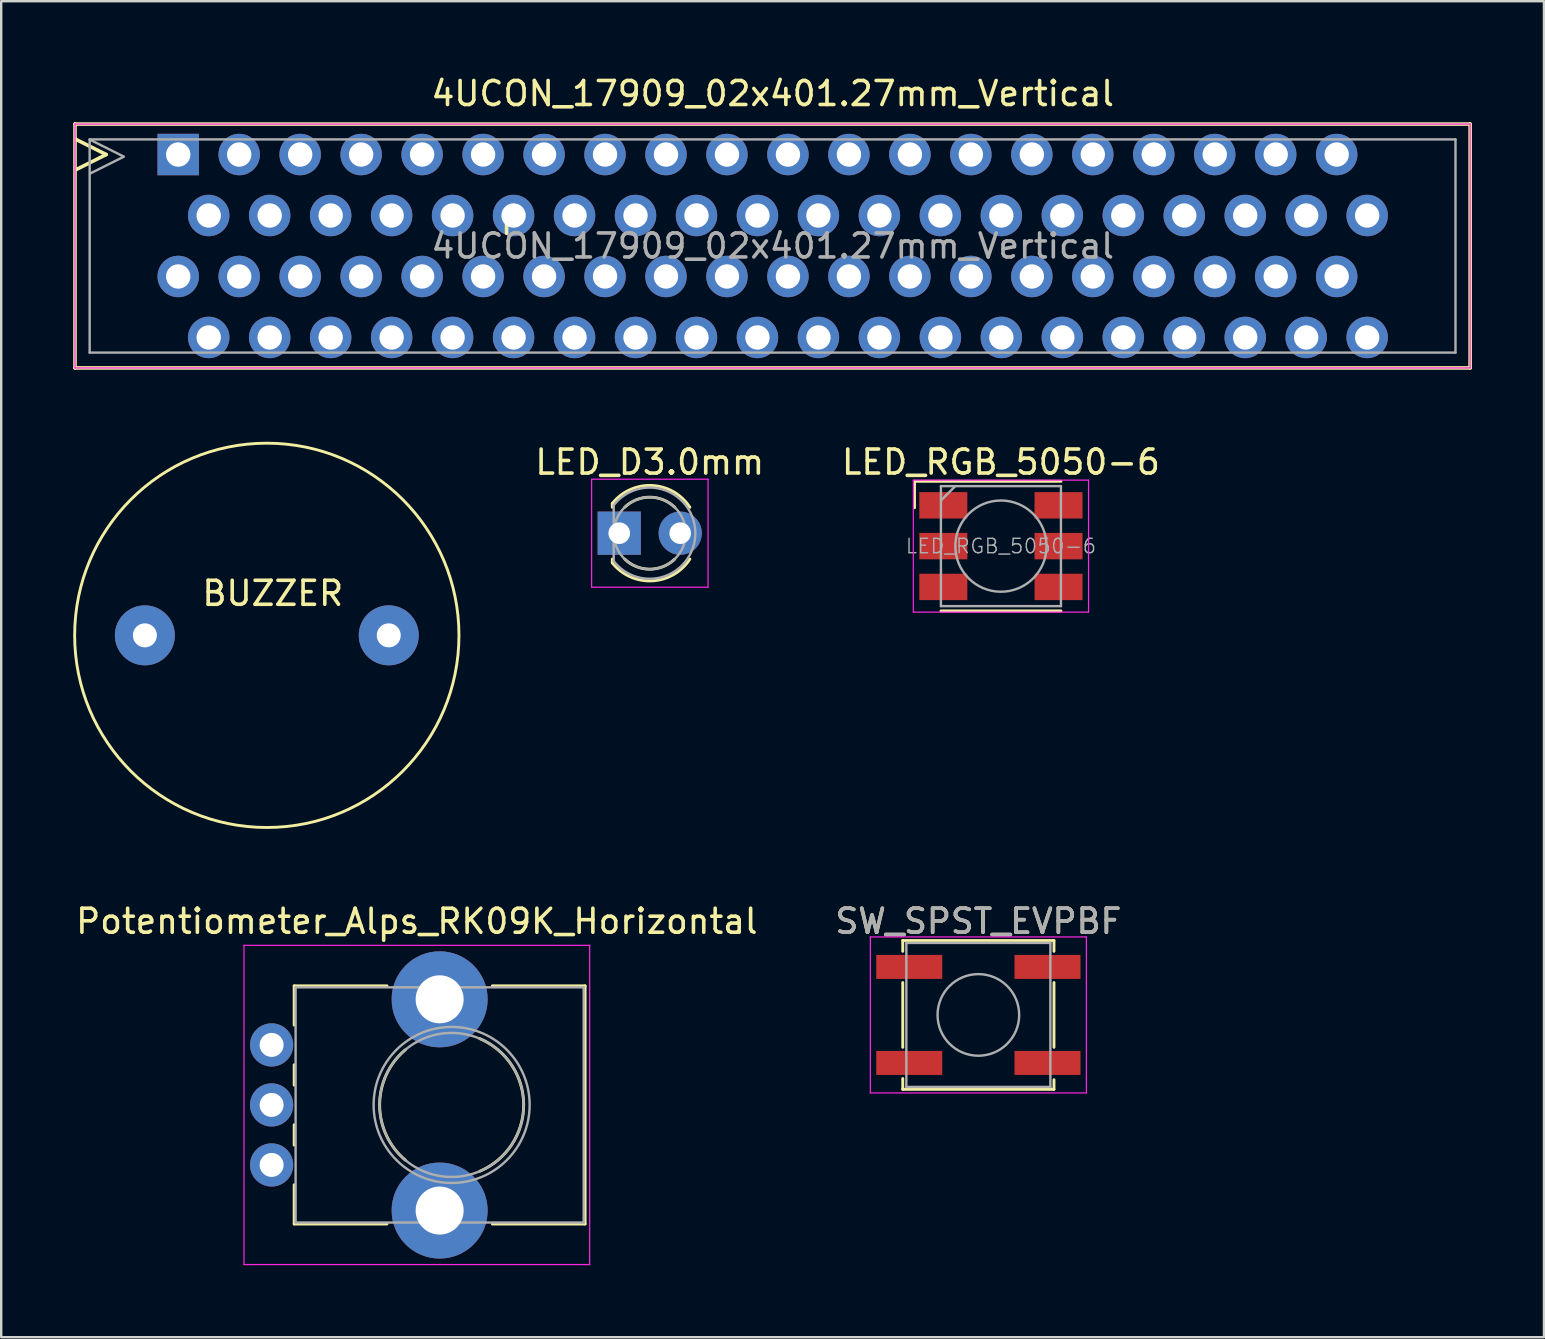
<source format=kicad_pcb>
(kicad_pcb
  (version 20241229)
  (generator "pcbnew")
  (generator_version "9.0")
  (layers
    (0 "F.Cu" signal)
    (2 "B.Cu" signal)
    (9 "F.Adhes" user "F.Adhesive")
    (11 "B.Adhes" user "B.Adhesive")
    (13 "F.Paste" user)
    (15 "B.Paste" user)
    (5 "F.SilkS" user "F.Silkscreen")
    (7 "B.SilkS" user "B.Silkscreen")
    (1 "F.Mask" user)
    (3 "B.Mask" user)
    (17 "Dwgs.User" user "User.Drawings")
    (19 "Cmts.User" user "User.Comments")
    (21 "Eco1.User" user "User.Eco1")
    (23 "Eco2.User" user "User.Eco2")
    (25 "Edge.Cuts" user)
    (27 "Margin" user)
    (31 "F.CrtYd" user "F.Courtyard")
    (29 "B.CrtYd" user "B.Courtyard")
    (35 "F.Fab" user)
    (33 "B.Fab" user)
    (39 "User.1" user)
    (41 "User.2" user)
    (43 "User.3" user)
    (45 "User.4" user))
  (footprint "BUZZER"
    (layer "F.Cu")
    (at 8.065 23.418)
    (property "Reference" "BUZZER" (at 0.249 -1.75 0) (layer "F.SilkS") (effects (font (size 1 1) (thickness 0.15))))
    (attr through_hole)
    (fp_circle (center 0 0) (end 8.001 0.249) (stroke (width 0.12) (type solid)) (fill no) (layer "F.SilkS"))
    (pad "1" thru_hole circle (at -5.08 0) (size 2.499 2.499) (drill 1.001) (layers "*.Cu" "*.Mask"))
    (pad "2" thru_hole circle (at 5.08 0) (size 2.499 2.499) (drill 1.001) (layers "*.Cu" "*.Mask")))
  (footprint "4UCON_17909_02x401.27mm_Vertical"
    (layer "F.Cu")
    (at 4.375 3.388)
    (property "Reference" "4UCON_17909_02x401.27mm_Vertical" (at 24.765 -2.54 0) (layer "F.SilkS") (effects (font (size 1 1) (thickness 0.15))))
    (attr through_hole)
    (fp_line (start -4.3 -1.27) (end 53.82 -1.27) (stroke (width 0.15) (type solid)) (layer "F.SilkS"))
    (fp_line (start -4.3 8.89) (end -4.3 -1.27) (stroke (width 0.15) (type solid)) (layer "F.SilkS"))
    (fp_line (start -4.27 -0.635) (end -3 0) (stroke (width 0.15) (type solid)) (layer "F.SilkS"))
    (fp_line (start -3 0) (end -4.27 0.635) (stroke (width 0.15) (type solid)) (layer "F.SilkS"))
    (fp_line (start 13.68 2.73) (end 13.68 3.28) (stroke (width 0.15) (type solid)) (layer "F.SilkS"))
    (fp_line (start 53.82 -1.27) (end 53.82 8.89) (stroke (width 0.15) (type solid)) (layer "F.SilkS"))
    (fp_line (start 53.82 8.89) (end -4.3 8.89) (stroke (width 0.15) (type solid)) (layer "F.SilkS"))
    (fp_line (start -4.3 -1.27) (end -4.3 8.89) (stroke (width 0.05) (type solid)) (layer "F.CrtYd"))
    (fp_line (start -4.3 8.89) (end 53.82 8.89) (stroke (width 0.05) (type solid)) (layer "F.CrtYd"))
    (fp_line (start 53.82 -1.27) (end -4.3 -1.27) (stroke (width 0.05) (type solid)) (layer "F.CrtYd"))
    (fp_line (start 53.82 8.89) (end 53.82 -1.27) (stroke (width 0.05) (type solid)) (layer "F.CrtYd"))
    (fp_line (start -3.69 -0.63) (end 53.21 -0.63) (stroke (width 0.1) (type solid)) (layer "F.Fab"))
    (fp_line (start -3.69 8.25) (end -3.69 -0.63) (stroke (width 0.1) (type solid)) (layer "F.Fab"))
    (fp_line (start -3.68 -0.62) (end -2.28 0.08) (stroke (width 0.1) (type solid)) (layer "F.Fab"))
    (fp_line (start -2.27 0.09) (end -3.67 0.79) (stroke (width 0.1) (type solid)) (layer "F.Fab"))
    (fp_line (start 53.21 -0.63) (end 53.21 8.25) (stroke (width 0.1) (type solid)) (layer "F.Fab"))
    (fp_line (start 53.21 8.25) (end -3.69 8.25) (stroke (width 0.1) (type solid)) (layer "F.Fab"))
    (fp_text user "${REFERENCE}" (at 24.765 3.81 0) (layer "F.Fab") (effects (font (size 1 1) (thickness 0.15))))
    (pad "1" thru_hole rect (at 0 0) (size 1.727 1.727) (drill 1.016) (layers "*.Cu" "*.Mask"))
    (pad "2" thru_hole oval (at 0 5.08) (size 1.727 1.727) (drill 1.016) (layers "*.Cu" "*.Mask"))
    (pad "3" thru_hole oval (at 1.27 2.54) (size 1.727 1.727) (drill 1.016) (layers "*.Cu" "*.Mask"))
    (pad "4" thru_hole oval (at 1.27 7.62) (size 1.727 1.727) (drill 1.016) (layers "*.Cu" "*.Mask"))
    (pad "5" thru_hole oval (at 2.54 0) (size 1.727 1.727) (drill 1.016) (layers "*.Cu" "*.Mask"))
    (pad "6" thru_hole oval (at 2.54 5.08) (size 1.727 1.727) (drill 1.016) (layers "*.Cu" "*.Mask"))
    (pad "7" thru_hole oval (at 3.81 2.54) (size 1.727 1.727) (drill 1.016) (layers "*.Cu" "*.Mask"))
    (pad "8" thru_hole oval (at 3.81 7.62) (size 1.727 1.727) (drill 1.016) (layers "*.Cu" "*.Mask"))
    (pad "9" thru_hole oval (at 5.08 0) (size 1.727 1.727) (drill 1.016) (layers "*.Cu" "*.Mask"))
    (pad "10" thru_hole oval (at 5.08 5.08) (size 1.727 1.727) (drill 1.016) (layers "*.Cu" "*.Mask"))
    (pad "11" thru_hole oval (at 6.35 2.54) (size 1.727 1.727) (drill 1.016) (layers "*.Cu" "*.Mask"))
    (pad "12" thru_hole oval (at 6.35 7.62) (size 1.727 1.727) (drill 1.016) (layers "*.Cu" "*.Mask"))
    (pad "13" thru_hole oval (at 7.62 0) (size 1.727 1.727) (drill 1.016) (layers "*.Cu" "*.Mask"))
    (pad "14" thru_hole oval (at 7.62 5.08) (size 1.727 1.727) (drill 1.016) (layers "*.Cu" "*.Mask"))
    (pad "15" thru_hole oval (at 8.89 2.54) (size 1.727 1.727) (drill 1.016) (layers "*.Cu" "*.Mask"))
    (pad "16" thru_hole oval (at 8.89 7.62) (size 1.727 1.727) (drill 1.016) (layers "*.Cu" "*.Mask"))
    (pad "17" thru_hole oval (at 10.16 0) (size 1.727 1.727) (drill 1.016) (layers "*.Cu" "*.Mask"))
    (pad "18" thru_hole oval (at 10.16 5.08) (size 1.727 1.727) (drill 1.016) (layers "*.Cu" "*.Mask"))
    (pad "19" thru_hole oval (at 11.43 2.54) (size 1.727 1.727) (drill 1.016) (layers "*.Cu" "*.Mask"))
    (pad "20" thru_hole oval (at 11.43 7.62) (size 1.727 1.727) (drill 1.016) (layers "*.Cu" "*.Mask"))
    (pad "21" thru_hole oval (at 12.7 0) (size 1.727 1.727) (drill 1.016) (layers "*.Cu" "*.Mask"))
    (pad "22" thru_hole oval (at 12.7 5.08) (size 1.727 1.727) (drill 1.016) (layers "*.Cu" "*.Mask"))
    (pad "23" thru_hole oval (at 13.97 2.54) (size 1.727 1.727) (drill 1.016) (layers "*.Cu" "*.Mask"))
    (pad "24" thru_hole oval (at 13.97 7.62) (size 1.727 1.727) (drill 1.016) (layers "*.Cu" "*.Mask"))
    (pad "25" thru_hole oval (at 15.24 0) (size 1.727 1.727) (drill 1.016) (layers "*.Cu" "*.Mask"))
    (pad "26" thru_hole oval (at 15.24 5.08) (size 1.727 1.727) (drill 1.016) (layers "*.Cu" "*.Mask"))
    (pad "27" thru_hole oval (at 16.51 2.54) (size 1.727 1.727) (drill 1.016) (layers "*.Cu" "*.Mask"))
    (pad "28" thru_hole oval (at 16.51 7.62) (size 1.727 1.727) (drill 1.016) (layers "*.Cu" "*.Mask"))
    (pad "29" thru_hole oval (at 17.78 0) (size 1.727 1.727) (drill 1.016) (layers "*.Cu" "*.Mask"))
    (pad "30" thru_hole oval (at 17.78 5.08) (size 1.727 1.727) (drill 1.016) (layers "*.Cu" "*.Mask"))
    (pad "31" thru_hole oval (at 19.05 2.54) (size 1.727 1.727) (drill 1.016) (layers "*.Cu" "*.Mask"))
    (pad "32" thru_hole oval (at 19.05 7.62) (size 1.727 1.727) (drill 1.016) (layers "*.Cu" "*.Mask"))
    (pad "33" thru_hole oval (at 20.32 0) (size 1.727 1.727) (drill 1.016) (layers "*.Cu" "*.Mask"))
    (pad "34" thru_hole oval (at 20.32 5.08) (size 1.727 1.727) (drill 1.016) (layers "*.Cu" "*.Mask"))
    (pad "35" thru_hole oval (at 21.59 2.54) (size 1.727 1.727) (drill 1.016) (layers "*.Cu" "*.Mask"))
    (pad "36" thru_hole oval (at 21.59 7.62) (size 1.727 1.727) (drill 1.016) (layers "*.Cu" "*.Mask"))
    (pad "37" thru_hole oval (at 22.86 0) (size 1.727 1.727) (drill 1.016) (layers "*.Cu" "*.Mask"))
    (pad "38" thru_hole oval (at 22.86 5.08) (size 1.727 1.727) (drill 1.016) (layers "*.Cu" "*.Mask"))
    (pad "39" thru_hole oval (at 24.13 2.54) (size 1.727 1.727) (drill 1.016) (layers "*.Cu" "*.Mask"))
    (pad "40" thru_hole oval (at 24.13 7.62) (size 1.727 1.727) (drill 1.016) (layers "*.Cu" "*.Mask"))
    (pad "41" thru_hole oval (at 25.4 0) (size 1.727 1.727) (drill 1.016) (layers "*.Cu" "*.Mask"))
    (pad "42" thru_hole oval (at 25.4 5.08) (size 1.727 1.727) (drill 1.016) (layers "*.Cu" "*.Mask"))
    (pad "43" thru_hole oval (at 26.67 2.54) (size 1.727 1.727) (drill 1.016) (layers "*.Cu" "*.Mask"))
    (pad "44" thru_hole oval (at 26.67 7.62) (size 1.727 1.727) (drill 1.016) (layers "*.Cu" "*.Mask"))
    (pad "45" thru_hole oval (at 27.94 0) (size 1.727 1.727) (drill 1.016) (layers "*.Cu" "*.Mask"))
    (pad "46" thru_hole oval (at 27.94 5.08) (size 1.727 1.727) (drill 1.016) (layers "*.Cu" "*.Mask"))
    (pad "47" thru_hole oval (at 29.21 2.54) (size 1.727 1.727) (drill 1.016) (layers "*.Cu" "*.Mask"))
    (pad "48" thru_hole oval (at 29.21 7.62) (size 1.727 1.727) (drill 1.016) (layers "*.Cu" "*.Mask"))
    (pad "49" thru_hole oval (at 30.48 0) (size 1.727 1.727) (drill 1.016) (layers "*.Cu" "*.Mask"))
    (pad "50" thru_hole oval (at 30.48 5.08) (size 1.727 1.727) (drill 1.016) (layers "*.Cu" "*.Mask"))
    (pad "51" thru_hole oval (at 31.75 2.54) (size 1.727 1.727) (drill 1.016) (layers "*.Cu" "*.Mask"))
    (pad "52" thru_hole oval (at 31.75 7.62) (size 1.727 1.727) (drill 1.016) (layers "*.Cu" "*.Mask"))
    (pad "53" thru_hole oval (at 33.02 0) (size 1.727 1.727) (drill 1.016) (layers "*.Cu" "*.Mask"))
    (pad "54" thru_hole oval (at 33.02 5.08) (size 1.727 1.727) (drill 1.016) (layers "*.Cu" "*.Mask"))
    (pad "55" thru_hole oval (at 34.29 2.54) (size 1.727 1.727) (drill 1.016) (layers "*.Cu" "*.Mask"))
    (pad "56" thru_hole oval (at 34.29 7.62) (size 1.727 1.727) (drill 1.016) (layers "*.Cu" "*.Mask"))
    (pad "57" thru_hole oval (at 35.56 0) (size 1.727 1.727) (drill 1.016) (layers "*.Cu" "*.Mask"))
    (pad "58" thru_hole oval (at 35.56 5.08) (size 1.727 1.727) (drill 1.016) (layers "*.Cu" "*.Mask"))
    (pad "59" thru_hole oval (at 36.83 2.54) (size 1.727 1.727) (drill 1.016) (layers "*.Cu" "*.Mask"))
    (pad "60" thru_hole oval (at 36.83 7.62) (size 1.727 1.727) (drill 1.016) (layers "*.Cu" "*.Mask"))
    (pad "61" thru_hole oval (at 38.1 0) (size 1.727 1.727) (drill 1.016) (layers "*.Cu" "*.Mask"))
    (pad "62" thru_hole oval (at 38.1 5.08) (size 1.727 1.727) (drill 1.016) (layers "*.Cu" "*.Mask"))
    (pad "63" thru_hole oval (at 39.37 2.54) (size 1.727 1.727) (drill 1.016) (layers "*.Cu" "*.Mask"))
    (pad "64" thru_hole oval (at 39.37 7.62) (size 1.727 1.727) (drill 1.016) (layers "*.Cu" "*.Mask"))
    (pad "65" thru_hole oval (at 40.64 0) (size 1.727 1.727) (drill 1.016) (layers "*.Cu" "*.Mask"))
    (pad "66" thru_hole oval (at 40.64 5.08) (size 1.727 1.727) (drill 1.016) (layers "*.Cu" "*.Mask"))
    (pad "67" thru_hole oval (at 41.91 2.54) (size 1.727 1.727) (drill 1.016) (layers "*.Cu" "*.Mask"))
    (pad "68" thru_hole oval (at 41.91 7.62) (size 1.727 1.727) (drill 1.016) (layers "*.Cu" "*.Mask"))
    (pad "69" thru_hole oval (at 43.18 0) (size 1.727 1.727) (drill 1.016) (layers "*.Cu" "*.Mask"))
    (pad "70" thru_hole oval (at 43.18 5.08) (size 1.727 1.727) (drill 1.016) (layers "*.Cu" "*.Mask"))
    (pad "71" thru_hole oval (at 44.45 2.54) (size 1.727 1.727) (drill 1.016) (layers "*.Cu" "*.Mask"))
    (pad "72" thru_hole oval (at 44.45 7.62) (size 1.727 1.727) (drill 1.016) (layers "*.Cu" "*.Mask"))
    (pad "73" thru_hole oval (at 45.72 0) (size 1.727 1.727) (drill 1.016) (layers "*.Cu" "*.Mask"))
    (pad "74" thru_hole oval (at 45.72 5.08) (size 1.727 1.727) (drill 1.016) (layers "*.Cu" "*.Mask"))
    (pad "75" thru_hole oval (at 46.99 2.54) (size 1.727 1.727) (drill 1.016) (layers "*.Cu" "*.Mask"))
    (pad "76" thru_hole oval (at 46.99 7.62) (size 1.727 1.727) (drill 1.016) (layers "*.Cu" "*.Mask"))
    (pad "77" thru_hole oval (at 48.26 0) (size 1.727 1.727) (drill 1.016) (layers "*.Cu" "*.Mask"))
    (pad "78" thru_hole oval (at 48.26 5.08) (size 1.727 1.727) (drill 1.016) (layers "*.Cu" "*.Mask"))
    (pad "79" thru_hole oval (at 49.53 2.54) (size 1.727 1.727) (drill 1.016) (layers "*.Cu" "*.Mask"))
    (pad "80" thru_hole oval (at 49.53 7.62) (size 1.727 1.727) (drill 1.016) (layers "*.Cu" "*.Mask")))
  (footprint "SW_SPST_EVPBF"
    (layer "F.Cu")
    (at 37.708 39.231)
    (property "Reference" "SW_SPST_EVPBF" (at 0 -3.9 0) (layer "F.SilkS") (effects (font (size 1 1) (thickness 0.15))))
    (attr smd)
    (fp_line (start -3.15 -3.1) (end 3.15 -3.1) (stroke (width 0.12) (type solid)) (layer "F.SilkS"))
    (fp_line (start -3.15 -2.65) (end -3.15 -3.1) (stroke (width 0.12) (type solid)) (layer "F.SilkS"))
    (fp_line (start -3.15 1.35) (end -3.15 -1.35) (stroke (width 0.12) (type solid)) (layer "F.SilkS"))
    (fp_line (start -3.15 2.65) (end -3.15 3.1) (stroke (width 0.12) (type solid)) (layer "F.SilkS"))
    (fp_line (start -3.15 3.1) (end 3.15 3.1) (stroke (width 0.12) (type solid)) (layer "F.SilkS"))
    (fp_line (start 3.15 -3.1) (end 3.15 -2.65) (stroke (width 0.12) (type solid)) (layer "F.SilkS"))
    (fp_line (start 3.15 -1.35) (end 3.15 1.35) (stroke (width 0.12) (type solid)) (layer "F.SilkS"))
    (fp_line (start 3.15 3.1) (end 3.15 2.7) (stroke (width 0.12) (type solid)) (layer "F.SilkS"))
    (fp_line (start -4.5 -3.25) (end 4.5 -3.25) (stroke (width 0.05) (type solid)) (layer "F.CrtYd"))
    (fp_line (start -4.5 3.25) (end -4.5 -3.25) (stroke (width 0.05) (type solid)) (layer "F.CrtYd"))
    (fp_line (start 4.5 -3.25) (end 4.5 3.25) (stroke (width 0.05) (type solid)) (layer "F.CrtYd"))
    (fp_line (start 4.5 3.25) (end -4.5 3.25) (stroke (width 0.05) (type solid)) (layer "F.CrtYd"))
    (fp_line (start -3 -3) (end 3 -3) (stroke (width 0.1) (type solid)) (layer "F.Fab"))
    (fp_line (start -3 3) (end -3 -3) (stroke (width 0.1) (type solid)) (layer "F.Fab"))
    (fp_line (start 3 -3) (end 3 3) (stroke (width 0.1) (type solid)) (layer "F.Fab"))
    (fp_line (start 3 3) (end -3 3) (stroke (width 0.1) (type solid)) (layer "F.Fab"))
    (fp_circle (center 0 0) (end 1.7 0) (stroke (width 0.1) (type solid)) (fill no) (layer "F.Fab"))
    (fp_text user "${REFERENCE}" (at 0 -3.9 0) (layer "F.Fab") (effects (font (size 1 1) (thickness 0.15))))
    (pad "1" smd rect (at -2.88 -2) (size 2.75 1) (layers "F.Cu" "F.Mask" "F.Paste"))
    (pad "1" smd rect (at 2.88 -2) (size 2.75 1) (layers "F.Cu" "F.Mask" "F.Paste"))
    (pad "2" smd rect (at -2.88 2) (size 2.75 1) (layers "F.Cu" "F.Mask" "F.Paste"))
    (pad "2" smd rect (at 2.88 2) (size 2.75 1) (layers "F.Cu" "F.Mask" "F.Paste")))
  (footprint "LED_D3.0mm"
    (layer "F.Cu")
    (at 22.747 19.162)
    (property "Reference" "LED_D3.0mm" (at 1.27 -2.96 0) (layer "F.SilkS") (effects (font (size 1 1) (thickness 0.15))))
    (attr through_hole)
    (fp_line (start -0.29 -1.236) (end -0.29 -1.08) (stroke (width 0.12) (type solid)) (layer "F.SilkS"))
    (fp_line (start -0.29 1.08) (end -0.29 1.236) (stroke (width 0.12) (type solid)) (layer "F.SilkS"))
    (fp_arc (start -0.29 -1.235516) (mid 1.366487 -1.987659) (end 2.942335 -1.078608) (stroke (width 0.12) (type solid)) (layer "F.SilkS"))
    (fp_arc (start 0.229039 -1.08) (mid 1.270117 -1.5) (end 2.31113 -1.079837) (stroke (width 0.12) (type solid)) (layer "F.SilkS"))
    (fp_arc (start 2.31113 1.079837) (mid 1.270117 1.5) (end 0.229039 1.08) (stroke (width 0.12) (type solid)) (layer "F.SilkS"))
    (fp_arc (start 2.942335 1.078608) (mid 1.366487 1.987659) (end -0.29 1.235516) (stroke (width 0.12) (type solid)) (layer "F.SilkS"))
    (fp_line (start -1.15 -2.25) (end -1.15 2.25) (stroke (width 0.05) (type solid)) (layer "F.CrtYd"))
    (fp_line (start -1.15 2.25) (end 3.7 2.25) (stroke (width 0.05) (type solid)) (layer "F.CrtYd"))
    (fp_line (start 3.7 -2.25) (end -1.15 -2.25) (stroke (width 0.05) (type solid)) (layer "F.CrtYd"))
    (fp_line (start 3.7 2.25) (end 3.7 -2.25) (stroke (width 0.05) (type solid)) (layer "F.CrtYd"))
    (fp_line (start -0.23 -1.166) (end -0.23 1.166) (stroke (width 0.1) (type solid)) (layer "F.Fab"))
    (fp_arc (start -0.23 -1.16619) (mid 3.17 0.000452) (end -0.230555 1.165476) (stroke (width 0.1) (type solid)) (layer "F.Fab"))
    (fp_circle (center 1.27 0) (end 2.77 0) (stroke (width 0.1) (type solid)) (fill no) (layer "F.Fab"))
    (pad "1" thru_hole rect (at 0 0) (size 1.8 1.8) (drill 0.9) (layers "*.Cu" "*.Mask"))
    (pad "2" thru_hole circle (at 2.54 0) (size 1.8 1.8) (drill 0.9) (layers "*.Cu" "*.Mask")))
  (footprint "LED_RGB_5050-6"
    (layer "F.Cu")
    (at 38.648 19.701)
    (property "Reference" "LED_RGB_5050-6" (at 0 -3.5 180) (layer "F.SilkS") (effects (font (size 1 1) (thickness 0.15))))
    (attr smd)
    (fp_line (start -3.6 -2.7) (end 2.5 -2.7) (stroke (width 0.12) (type solid)) (layer "F.SilkS"))
    (fp_line (start -3.6 -1.6) (end -3.6 -2.7) (stroke (width 0.12) (type solid)) (layer "F.SilkS"))
    (fp_line (start 2.5 2.7) (end -2.5 2.7) (stroke (width 0.12) (type solid)) (layer "F.SilkS"))
    (fp_line (start -3.65 -2.75) (end -3.65 2.75) (stroke (width 0.05) (type solid)) (layer "F.CrtYd"))
    (fp_line (start -3.65 2.75) (end 3.65 2.75) (stroke (width 0.05) (type solid)) (layer "F.CrtYd"))
    (fp_line (start 3.65 -2.75) (end -3.65 -2.75) (stroke (width 0.05) (type solid)) (layer "F.CrtYd"))
    (fp_line (start 3.65 2.75) (end 3.65 -2.75) (stroke (width 0.05) (type solid)) (layer "F.CrtYd"))
    (fp_line (start -2.5 -2.5) (end -2.5 2.5) (stroke (width 0.1) (type solid)) (layer "F.Fab"))
    (fp_line (start -2.5 -1.9) (end -1.9 -2.5) (stroke (width 0.1) (type solid)) (layer "F.Fab"))
    (fp_line (start -2.5 2.5) (end 2.5 2.5) (stroke (width 0.1) (type solid)) (layer "F.Fab"))
    (fp_line (start 2.5 -2.5) (end -2.5 -2.5) (stroke (width 0.1) (type solid)) (layer "F.Fab"))
    (fp_line (start 2.5 2.5) (end 2.5 -2.5) (stroke (width 0.1) (type solid)) (layer "F.Fab"))
    (fp_circle (center 0 0) (end 0 -1.9) (stroke (width 0.1) (type solid)) (fill no) (layer "F.Fab"))
    (fp_text user "${REFERENCE}" (at 0 0 0) (layer "F.Fab") (effects (font (size 0.6 0.6) (thickness 0.06))))
    (pad "1" smd rect (at -2.4 -1.7 90) (size 1.1 2) (layers "F.Cu" "F.Mask" "F.Paste"))
    (pad "2" smd rect (at -2.4 0 90) (size 1.1 2) (layers "F.Cu" "F.Mask" "F.Paste"))
    (pad "3" smd rect (at -2.4 1.7 90) (size 1.1 2) (layers "F.Cu" "F.Mask" "F.Paste"))
    (pad "4" smd rect (at 2.4 1.7 90) (size 1.1 2) (layers "F.Cu" "F.Mask" "F.Paste"))
    (pad "5" smd rect (at 2.4 0 90) (size 1.1 2) (layers "F.Cu" "F.Mask" "F.Paste"))
    (pad "6" smd rect (at 2.4 -1.7 90) (size 1.1 2) (layers "F.Cu" "F.Mask" "F.Paste")))
  (footprint "Potentiometer_Alps_RK09K_Horizontal"
    (layer "F.Cu")
    (at 8.265 45.481)
    (property "Reference" "Potentiometer_Alps_RK09K_Horizontal" (at 6.05 -10.15 0) (layer "F.SilkS") (effects (font (size 1 1) (thickness 0.15))))
    (attr through_hole)
    (fp_line (start 0.94 -7.461) (end 0.94 -5.825) (stroke (width 0.12) (type solid)) (layer "F.SilkS"))
    (fp_line (start 0.94 -7.461) (end 4.806 -7.461) (stroke (width 0.12) (type solid)) (layer "F.SilkS"))
    (fp_line (start 0.94 -4.175) (end 0.94 -3.325) (stroke (width 0.12) (type solid)) (layer "F.SilkS"))
    (fp_line (start 0.94 -1.675) (end 0.94 -0.825) (stroke (width 0.12) (type solid)) (layer "F.SilkS"))
    (fp_line (start 0.94 0.825) (end 0.94 2.46) (stroke (width 0.12) (type solid)) (layer "F.SilkS"))
    (fp_line (start 0.94 2.46) (end 4.806 2.46) (stroke (width 0.12) (type solid)) (layer "F.SilkS"))
    (fp_line (start 9.195 -7.461) (end 13.06 -7.461) (stroke (width 0.12) (type solid)) (layer "F.SilkS"))
    (fp_line (start 9.195 2.46) (end 13.06 2.46) (stroke (width 0.12) (type solid)) (layer "F.SilkS"))
    (fp_line (start 13.06 -7.461) (end 13.06 2.46) (stroke (width 0.12) (type solid)) (layer "F.SilkS"))
    (fp_arc (start 5.571705 -0.202247) (mid 4.500335 -2.500192) (end 5.572 -4.798) (stroke (width 0.12) (type solid)) (layer "F.SilkS"))
    (fp_arc (start 8.671982 -5.262432) (mid 10.500762 -2.500553) (end 8.673 0.262) (stroke (width 0.12) (type solid)) (layer "F.SilkS"))
    (fp_line (start -1.15 -9.15) (end -1.15 4.15) (stroke (width 0.05) (type solid)) (layer "F.CrtYd"))
    (fp_line (start -1.15 4.15) (end 13.25 4.15) (stroke (width 0.05) (type solid)) (layer "F.CrtYd"))
    (fp_line (start 13.25 -9.15) (end -1.15 -9.15) (stroke (width 0.05) (type solid)) (layer "F.CrtYd"))
    (fp_line (start 13.25 4.15) (end 13.25 -9.15) (stroke (width 0.05) (type solid)) (layer "F.CrtYd"))
    (fp_line (start 1 -7.4) (end 1 2.4) (stroke (width 0.1) (type solid)) (layer "F.Fab"))
    (fp_line (start 1 2.4) (end 13 2.4) (stroke (width 0.1) (type solid)) (layer "F.Fab"))
    (fp_line (start 13 -7.4) (end 1 -7.4) (stroke (width 0.1) (type solid)) (layer "F.Fab"))
    (fp_line (start 13 2.4) (end 13 -7.4) (stroke (width 0.1) (type solid)) (layer "F.Fab"))
    (fp_circle (center 7.5 -2.5) (end 10.5 -2.5) (stroke (width 0.1) (type solid)) (fill no) (layer "F.Fab"))
    (fp_circle (center 7.5 -2.5) (end 10.75 -2.5) (stroke (width 0.1) (type solid)) (fill no) (layer "F.Fab"))
    (pad "" np_thru_hole circle (at 7 -6.9) (size 4 4) (drill 2) (layers "*.Cu" "*.Mask"))
    (pad "" np_thru_hole circle (at 7 1.9) (size 4 4) (drill 2) (layers "*.Cu" "*.Mask"))
    (pad "1" thru_hole circle (at 0 0) (size 1.8 1.8) (drill 1) (layers "*.Cu" "*.Mask"))
    (pad "2" thru_hole circle (at 0 -2.5) (size 1.8 1.8) (drill 1) (layers "*.Cu" "*.Mask"))
    (pad "3" thru_hole circle (at 0 -5) (size 1.8 1.8) (drill 1) (layers "*.Cu" "*.Mask")))
  (gr_rect
    (start -3 -3)
    (end 61.27 52.656)
    (stroke (width 0.1) (type default))
    (fill no)
    (layer "Edge.Cuts")))
</source>
